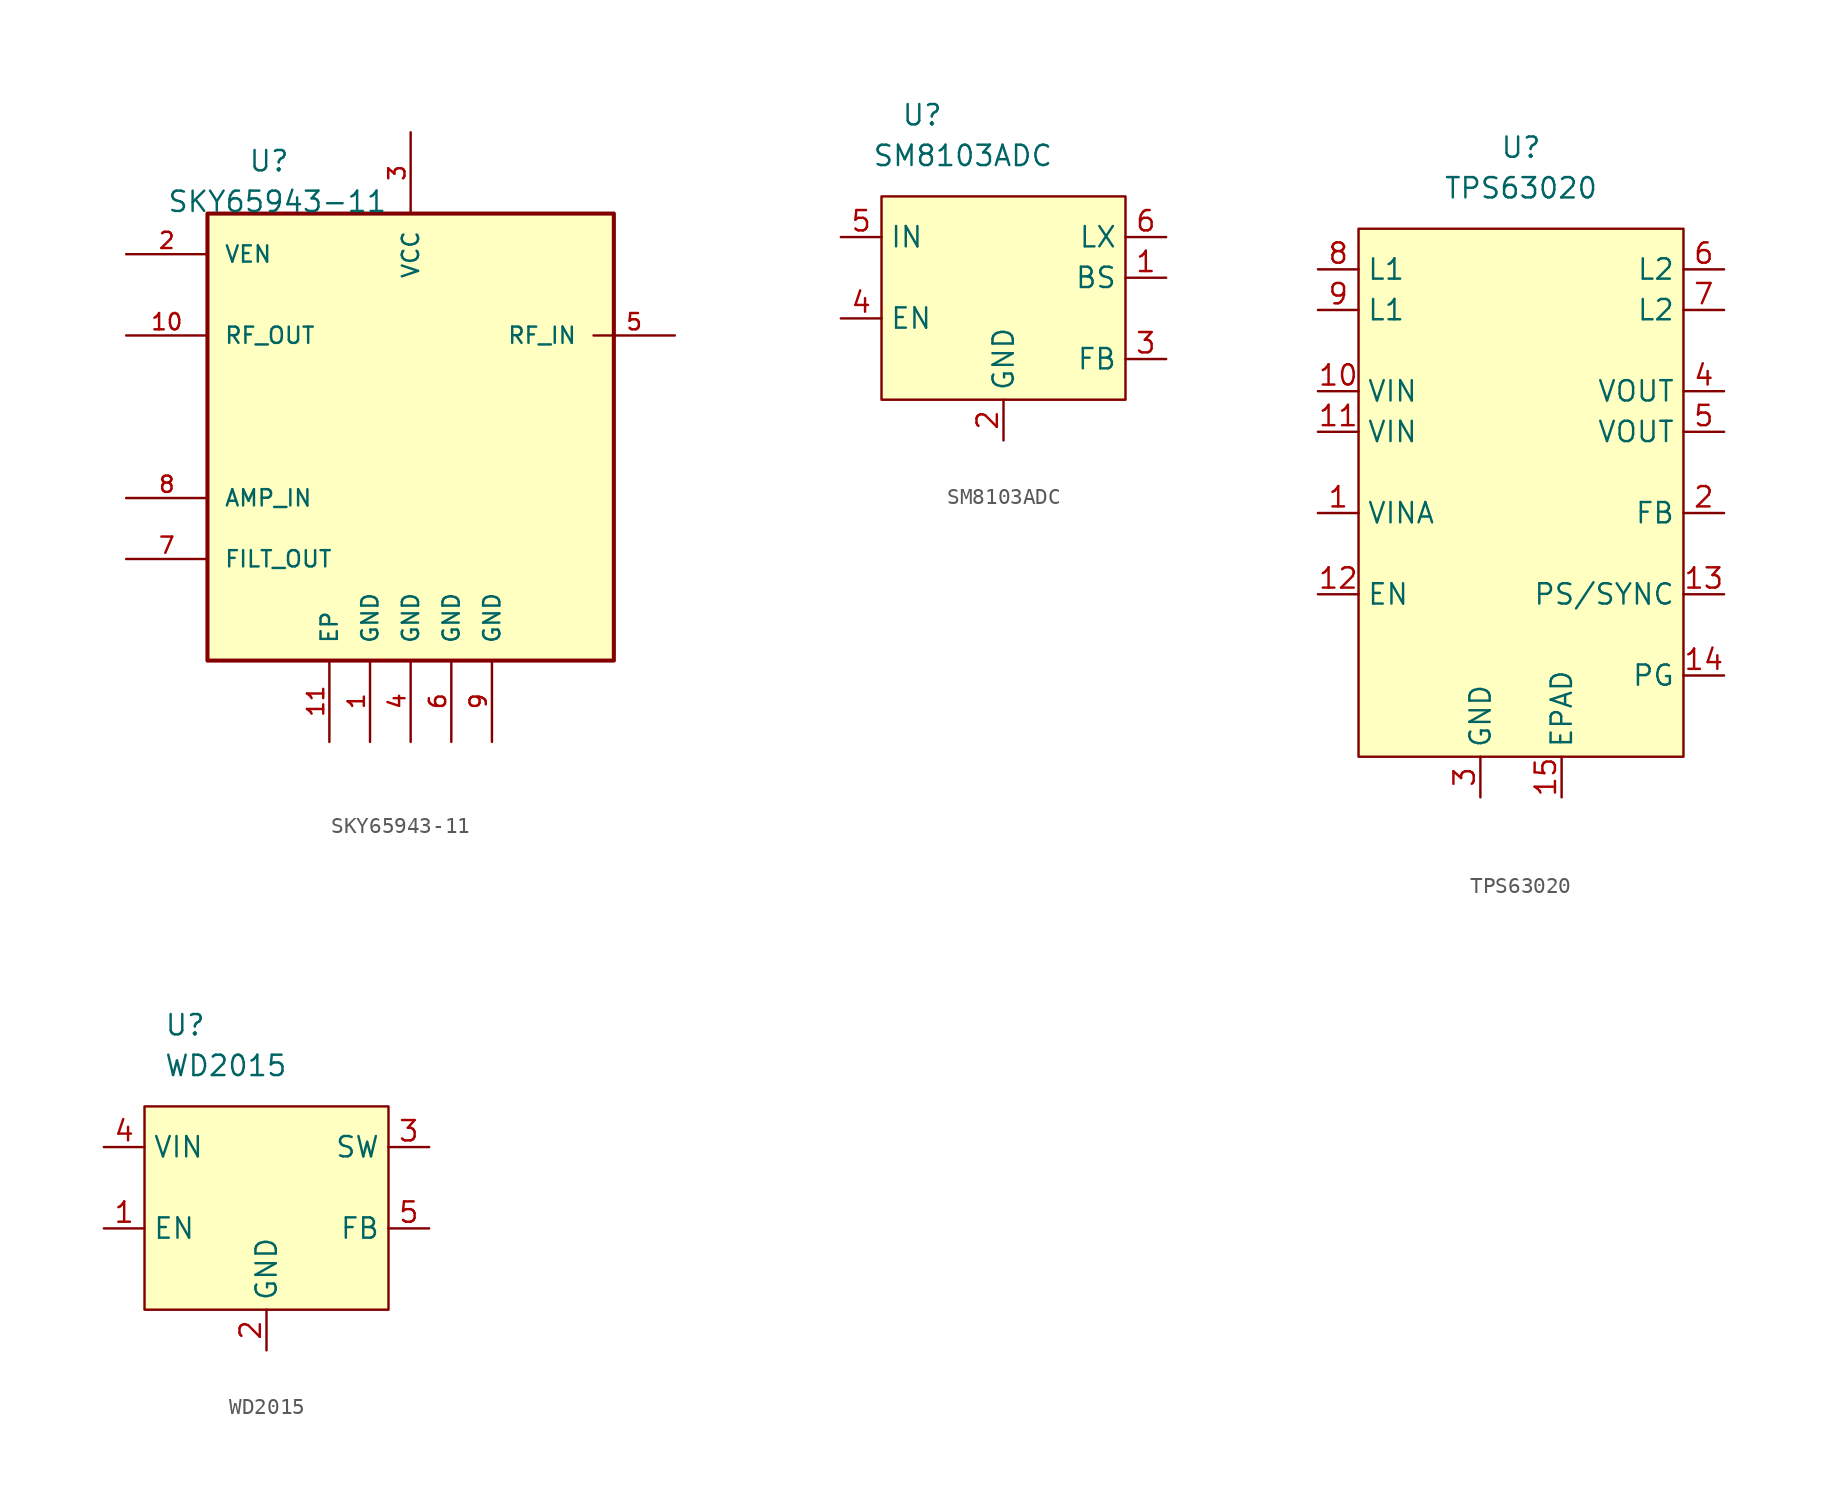
<source format=kicad_sym>
(kicad_symbol_lib
  (version 20220914)
  (generator kicad_symbol_editor)
  (symbol "SKY65943-11"
    (pin_names
      (offset 1.016))
    (property "Reference" "U"
      (at -10.16 15.24 0)
      (effects (font (size 1.27 1.27)) (justify left bottom)))
    (property "Value" "SKY65943-11"
      (at -15.24 12.7 0)
      (effects (font (size 1.27 1.27)) (justify left bottom)))
    (symbol "SKY65943-11_0_0"
      (rectangle (start -12.7 -15.24) (end 12.7 12.7) (stroke (width 0.254) (type default)) (fill (type background)))
      (pin power_in line (at -2.54 -20.32 90) (length 5.08) (name "GND" (effects (font (size 1.016 1.016)))) (number "1" (effects (font (size 1.016 1.016)))))
      (pin output line (at -17.78 5.08 0) (length 5.08) (name "RF_OUT" (effects (font (size 1.016 1.016)))) (number "10" (effects (font (size 1.016 1.016)))))
      (pin power_in line (at -5.08 -20.32 90) (length 5.08) (name "EP" (effects (font (size 1.016 1.016)))) (number "11" (effects (font (size 1.016 1.016)))))
      (pin input line (at -17.78 10.16 0) (length 5.08) (name "VEN" (effects (font (size 1.016 1.016)))) (number "2" (effects (font (size 1.016 1.016)))))
      (pin power_in line (at 0 17.78 270) (length 5.08) (name "VCC" (effects (font (size 1.016 1.016)))) (number "3" (effects (font (size 1.016 1.016)))))
      (pin power_in line (at 0 -20.32 90) (length 5.08) (name "GND" (effects (font (size 1.016 1.016)))) (number "4" (effects (font (size 1.016 1.016)))))
      (pin input line (at 16.51 5.08 180) (length 5.08) (name "RF_IN" (effects (font (size 1.016 1.016)))) (number "5" (effects (font (size 1.016 1.016)))))
      (pin power_in line (at 2.54 -20.32 90) (length 5.08) (name "GND" (effects (font (size 1.016 1.016)))) (number "6" (effects (font (size 1.016 1.016)))))
      (pin output line (at -17.78 -8.89 0) (length 5.08) (name "FILT_OUT" (effects (font (size 1.016 1.016)))) (number "7" (effects (font (size 1.016 1.016)))))
      (pin input line (at -17.78 -5.08 0) (length 5.08) (name "AMP_IN" (effects (font (size 1.016 1.016)))) (number "8" (effects (font (size 1.016 1.016)))))
      (pin power_in line (at 5.08 -20.32 90) (length 5.08) (name "GND" (effects (font (size 1.016 1.016)))) (number "9" (effects (font (size 1.016 1.016)))))))
  (symbol "SM8103ADC"
    (property "Reference" "U"
      (at -5.08 2.54 0)
      (effects (font (size 1.27 1.27))))
    (property "Value" "SM8103ADC"
      (at -2.54 0 0)
      (effects (font (size 1.27 1.27))))
    (symbol "SM8103ADC_0_0"
      (pin passive line (at 10.16 -7.62 180) (length 2.54) (name "BS" (effects (font (size 1.27 1.27)))) (number "1" (effects (font (size 1.27 1.27)))))
      (pin power_in line (at 0 -17.78 90) (length 2.54) (name "GND" (effects (font (size 1.27 1.27)))) (number "2" (effects (font (size 1.27 1.27)))))
      (pin passive line (at 10.16 -12.7 180) (length 2.54) (name "FB" (effects (font (size 1.27 1.27)))) (number "3" (effects (font (size 1.27 1.27)))))
      (pin passive line (at -10.16 -10.16 0) (length 2.54) (name "EN" (effects (font (size 1.27 1.27)))) (number "4" (effects (font (size 1.27 1.27)))))
      (pin power_in line (at -10.16 -5.08 0) (length 2.54) (name "IN" (effects (font (size 1.27 1.27)))) (number "5" (effects (font (size 1.27 1.27)))))
      (pin passive line (at 10.16 -5.08 180) (length 2.54) (name "LX" (effects (font (size 1.27 1.27)))) (number "6" (effects (font (size 1.27 1.27))))))
    (symbol "SM8103ADC_1_1"
      (rectangle (start -7.62 -2.54) (end 7.62 -15.24) (stroke (width 0) (type default)) (fill (type background)))))
  (symbol "TPS63020"
    (property "Reference" "U"
      (at 0 7.62 0)
      (effects (font (size 1.27 1.27))))
    (property "Value" "TPS63020"
      (at 0 5.08 0)
      (effects (font (size 1.27 1.27))))
    (symbol "TPS63020_0_0"
      (pin passive line (at -12.7 -7.62 0) (length 2.54) (name "VIN" (effects (font (size 1.27 1.27)))) (number "10" (effects (font (size 1.27 1.27)))))
      (pin passive line (at -12.7 -10.16 0) (length 2.54) (name "VIN" (effects (font (size 1.27 1.27)))) (number "11" (effects (font (size 1.27 1.27)))))
      (pin passive line (at -12.7 -20.32 0) (length 2.54) (name "EN" (effects (font (size 1.27 1.27)))) (number "12" (effects (font (size 1.27 1.27)))))
      (pin passive line (at 12.7 -20.32 180) (length 2.54) (name "PS/SYNC" (effects (font (size 1.27 1.27)))) (number "13" (effects (font (size 1.27 1.27)))))
      (pin passive line (at 12.7 -25.4 180) (length 2.54) (name "PG" (effects (font (size 1.27 1.27)))) (number "14" (effects (font (size 1.27 1.27)))))
      (pin passive line (at 2.54 -33.02 90) (length 2.54) (name "EPAD" (effects (font (size 1.27 1.27)))) (number "15" (effects (font (size 1.27 1.27)))))
      (pin passive line (at 12.7 -15.24 180) (length 2.54) (name "FB" (effects (font (size 1.27 1.27)))) (number "2" (effects (font (size 1.27 1.27)))))
      (pin passive line (at -2.54 -33.02 90) (length 2.54) (name "GND" (effects (font (size 1.27 1.27)))) (number "3" (effects (font (size 1.27 1.27)))))
      (pin passive line (at 12.7 -7.62 180) (length 2.54) (name "VOUT" (effects (font (size 1.27 1.27)))) (number "4" (effects (font (size 1.27 1.27)))))
      (pin passive line (at 12.7 -10.16 180) (length 2.54) (name "VOUT" (effects (font (size 1.27 1.27)))) (number "5" (effects (font (size 1.27 1.27)))))
      (pin passive line (at 12.7 0 180) (length 2.54) (name "L2" (effects (font (size 1.27 1.27)))) (number "6" (effects (font (size 1.27 1.27)))))
      (pin passive line (at 12.7 -2.54 180) (length 2.54) (name "L2" (effects (font (size 1.27 1.27)))) (number "7" (effects (font (size 1.27 1.27)))))
      (pin passive line (at -12.7 0 0) (length 2.54) (name "L1" (effects (font (size 1.27 1.27)))) (number "8" (effects (font (size 1.27 1.27)))))
      (pin passive line (at -12.7 -2.54 0) (length 2.54) (name "L1" (effects (font (size 1.27 1.27)))) (number "9" (effects (font (size 1.27 1.27))))))
    (symbol "TPS63020_1_0"
      (pin passive line (at -12.7 -15.24 0) (length 2.54) (name "VINA" (effects (font (size 1.27 1.27)))) (number "1" (effects (font (size 1.27 1.27))))))
    (symbol "TPS63020_1_1"
      (rectangle (start -10.16 2.54) (end 10.16 -30.48) (stroke (width 0) (type default)) (fill (type background)))))
  (symbol "WD2015"
    (property "Reference" "U"
      (at -5.08 2.54 0)
      (effects (font (size 1.27 1.27))))
    (property "Value" "WD2015"
      (at -2.54 0 0)
      (effects (font (size 1.27 1.27))))
    (symbol "WD2015_0_0"
      (pin passive line (at -10.16 -10.16 0) (length 2.54) (name "EN" (effects (font (size 1.27 1.27)))) (number "1" (effects (font (size 1.27 1.27)))))
      (pin power_in line (at 0 -17.78 90) (length 2.54) (name "GND" (effects (font (size 1.27 1.27)))) (number "2" (effects (font (size 1.27 1.27)))))
      (pin passive line (at 10.16 -5.08 180) (length 2.54) (name "SW" (effects (font (size 1.27 1.27)))) (number "3" (effects (font (size 1.27 1.27)))))
      (pin passive line (at -10.16 -5.08 0) (length 2.54) (name "VIN" (effects (font (size 1.27 1.27)))) (number "4" (effects (font (size 1.27 1.27)))))
      (pin power_in line (at 10.16 -10.16 180) (length 2.54) (name "FB" (effects (font (size 1.27 1.27)))) (number "5" (effects (font (size 1.27 1.27))))))
    (symbol "WD2015_1_1"
      (rectangle (start -7.62 -2.54) (end 7.62 -15.24) (stroke (width 0) (type default)) (fill (type background))))))
</source>
